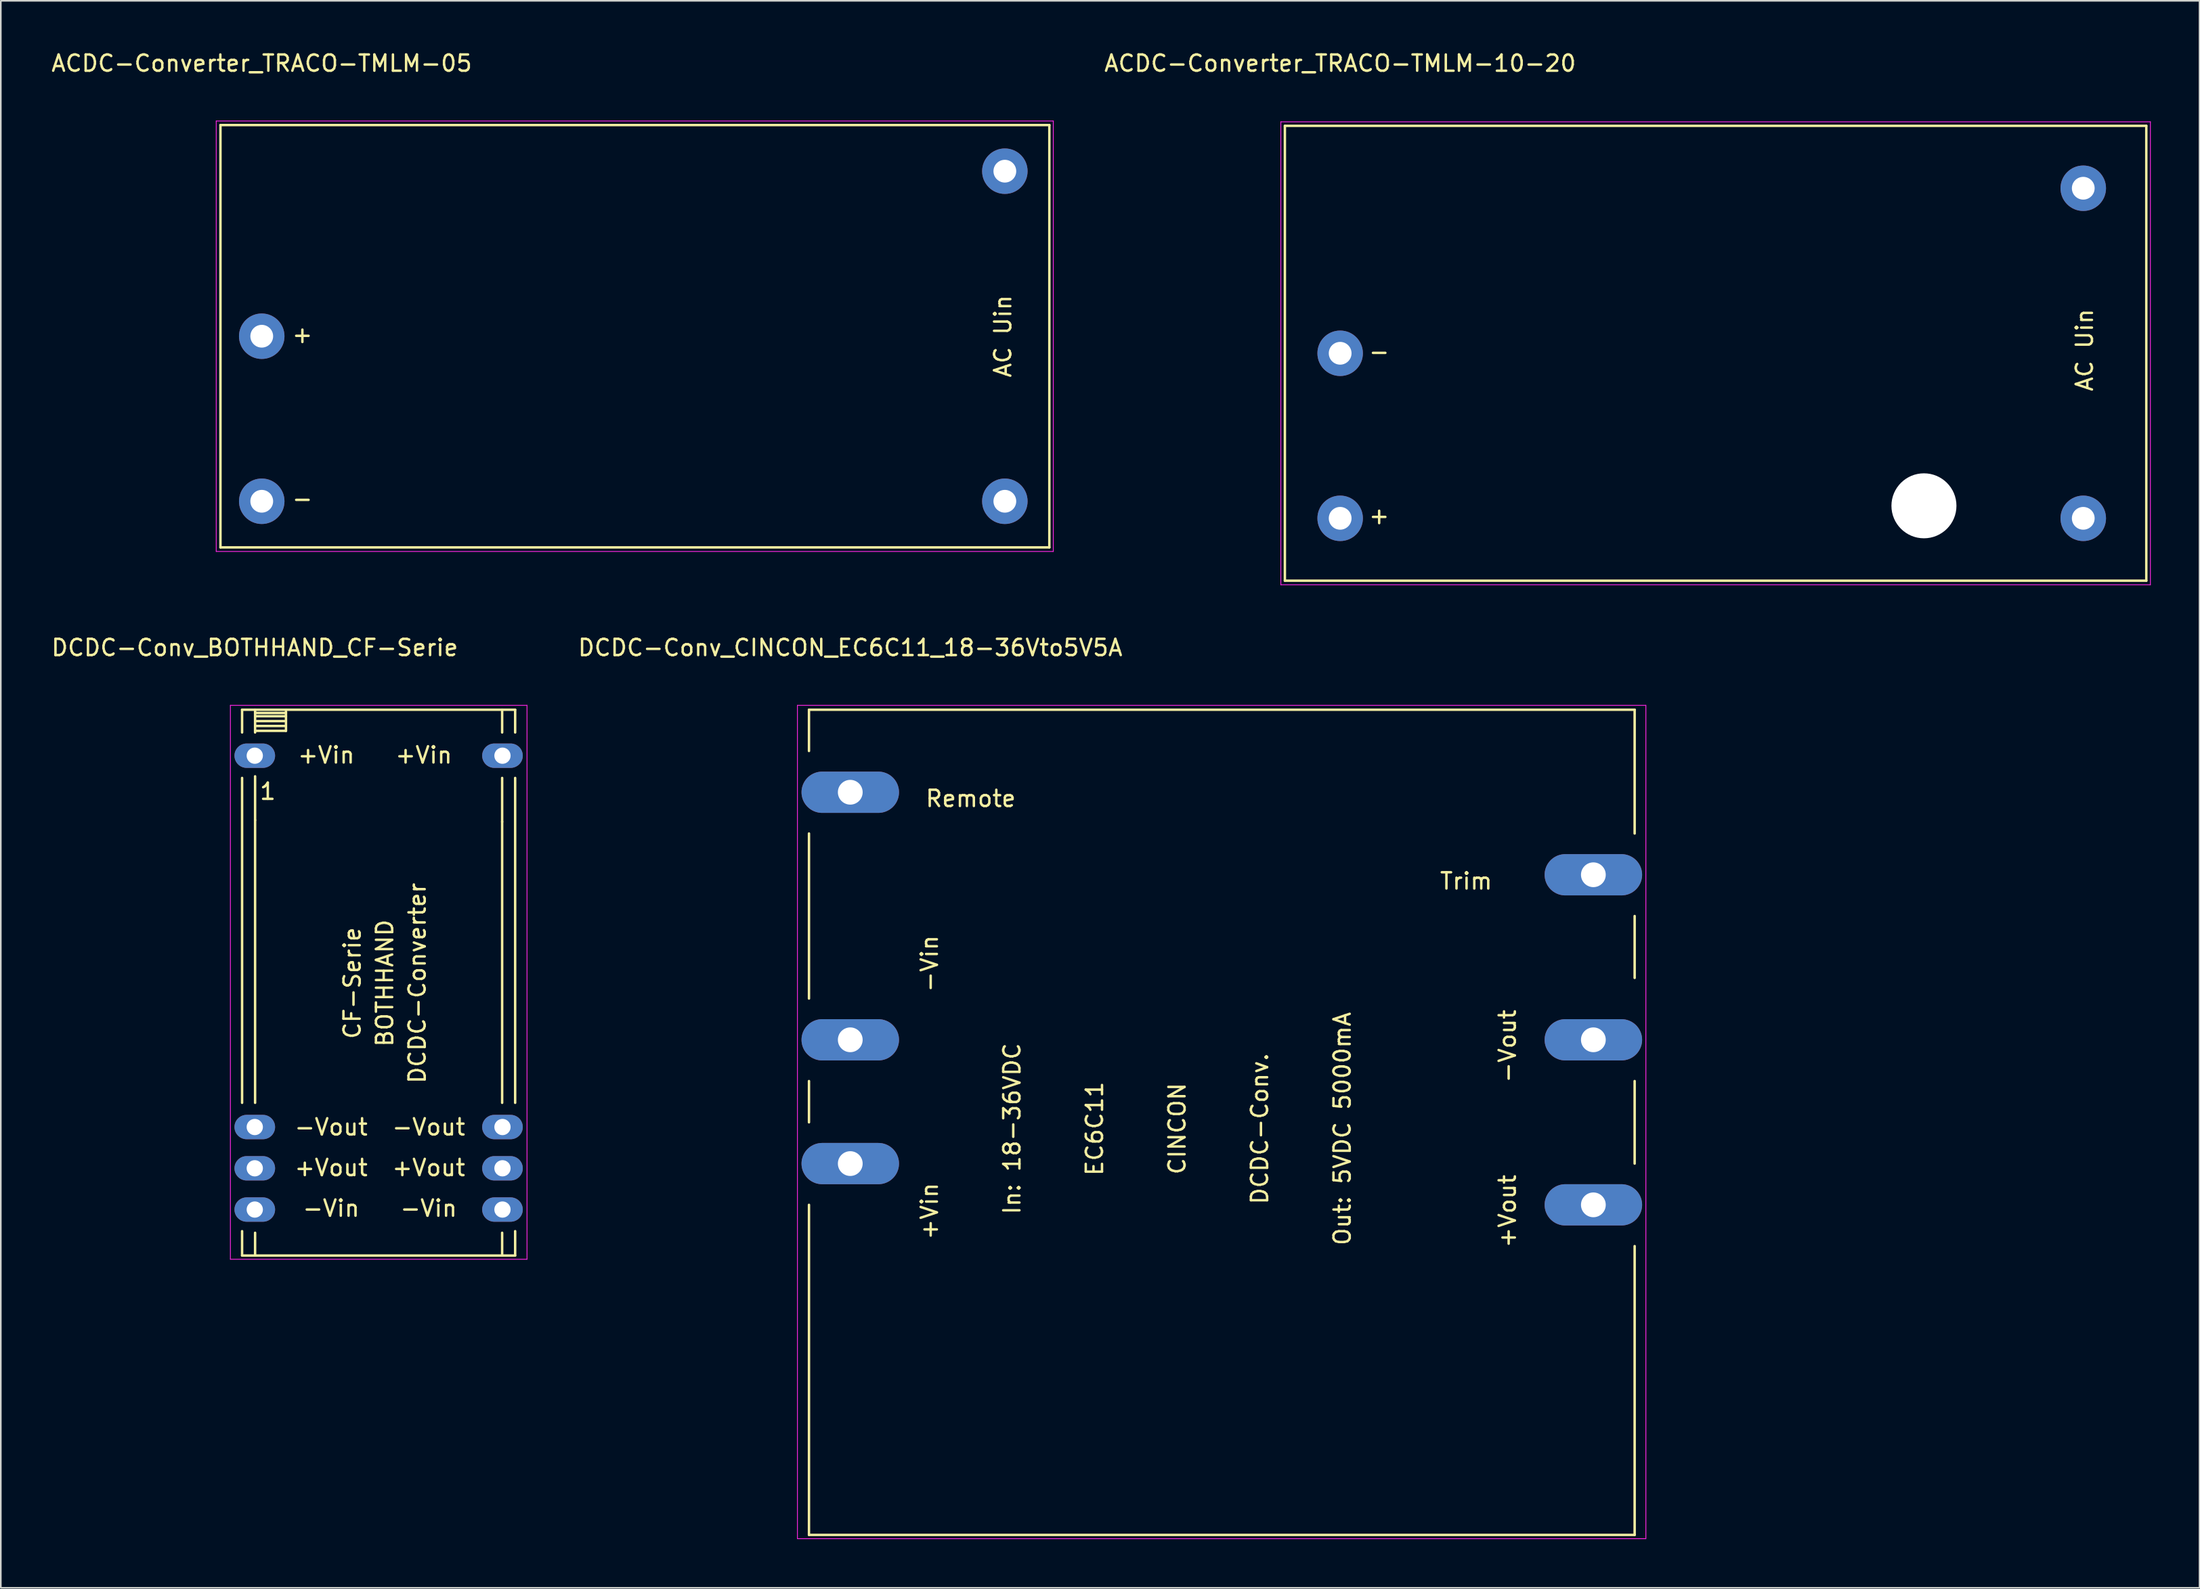
<source format=kicad_pcb>
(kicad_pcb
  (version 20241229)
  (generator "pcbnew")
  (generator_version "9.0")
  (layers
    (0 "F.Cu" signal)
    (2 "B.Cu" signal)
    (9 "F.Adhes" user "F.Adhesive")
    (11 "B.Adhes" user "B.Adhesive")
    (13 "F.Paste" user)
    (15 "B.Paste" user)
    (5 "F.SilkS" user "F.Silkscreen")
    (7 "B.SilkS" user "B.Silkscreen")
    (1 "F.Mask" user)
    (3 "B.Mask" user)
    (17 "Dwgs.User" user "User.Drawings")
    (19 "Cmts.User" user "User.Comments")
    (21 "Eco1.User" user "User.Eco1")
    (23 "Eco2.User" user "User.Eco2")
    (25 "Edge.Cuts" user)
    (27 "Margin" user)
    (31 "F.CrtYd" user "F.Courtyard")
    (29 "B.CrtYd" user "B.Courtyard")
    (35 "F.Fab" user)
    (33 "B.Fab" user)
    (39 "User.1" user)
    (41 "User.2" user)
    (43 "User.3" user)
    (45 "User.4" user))
  (footprint "DCDC-Conv_BOTHHAND_CF-Serie"
    (layer "F.Cu")
    (at 12.625 43.471)
    (property "Reference" "DCDC-Conv_BOTHHAND_CF-Serie" (at 0 -6.65 0) (layer "F.SilkS") (effects (font (size 1 1) (thickness 0.15))))
    (attr through_hole)
    (fp_line (start -0.78 -2.83) (end -0.78 -1.43) (stroke (width 0.15) (type solid)) (layer "F.SilkS"))
    (fp_line (start -0.78 21.369) (end -0.78 1.369) (stroke (width 0.15) (type solid)) (layer "F.SilkS"))
    (fp_line (start -0.78 30.77) (end -0.78 29.271) (stroke (width 0.15) (type solid)) (layer "F.SilkS"))
    (fp_line (start 0.02 -2.83) (end -0.78 -2.83) (stroke (width 0.15) (type solid)) (layer "F.SilkS"))
    (fp_line (start 0.02 -2.83) (end 0.02 -1.43) (stroke (width 0.15) (type solid)) (layer "F.SilkS"))
    (fp_line (start 0.02 3.97) (end 0.02 1.27) (stroke (width 0.15) (type solid)) (layer "F.SilkS"))
    (fp_line (start 0.02 21.369) (end 0.02 3.97) (stroke (width 0.15) (type solid)) (layer "F.SilkS"))
    (fp_line (start 0.02 30.77) (end -0.78 30.77) (stroke (width 0.15) (type solid)) (layer "F.SilkS"))
    (fp_line (start 0.02 30.77) (end 0.02 29.37) (stroke (width 0.15) (type solid)) (layer "F.SilkS"))
    (fp_line (start 0.02 30.77) (end 15.22 30.77) (stroke (width 0.15) (type solid)) (layer "F.SilkS"))
    (fp_line (start 1.821 -2.131) (end 0.119 -2.131) (stroke (width 0.15) (type solid)) (layer "F.SilkS"))
    (fp_line (start 1.821 -1.829) (end 0.119 -1.829) (stroke (width 0.15) (type solid)) (layer "F.SilkS"))
    (fp_line (start 1.92 -2.731) (end 1.92 -1.529) (stroke (width 0.15) (type solid)) (layer "F.SilkS"))
    (fp_line (start 1.92 -2.629) (end 0.02 -2.629) (stroke (width 0.15) (type solid)) (layer "F.SilkS"))
    (fp_line (start 1.92 -2.431) (end 0.02 -2.431) (stroke (width 0.15) (type solid)) (layer "F.SilkS"))
    (fp_line (start 1.92 -1.529) (end 0.02 -1.529) (stroke (width 0.15) (type solid)) (layer "F.SilkS"))
    (fp_line (start 15.22 -2.83) (end 0.02 -2.83) (stroke (width 0.15) (type solid)) (layer "F.SilkS"))
    (fp_line (start 15.22 -2.83) (end 15.22 -1.43) (stroke (width 0.15) (type solid)) (layer "F.SilkS"))
    (fp_line (start 15.22 -2.83) (end 16.02 -2.83) (stroke (width 0.15) (type solid)) (layer "F.SilkS"))
    (fp_line (start 15.22 4.069) (end 15.22 1.369) (stroke (width 0.15) (type solid)) (layer "F.SilkS"))
    (fp_line (start 15.22 4.069) (end 15.22 21.369) (stroke (width 0.15) (type solid)) (layer "F.SilkS"))
    (fp_line (start 15.22 29.37) (end 15.22 30.77) (stroke (width 0.15) (type solid)) (layer "F.SilkS"))
    (fp_line (start 15.22 30.77) (end 16.02 30.77) (stroke (width 0.15) (type solid)) (layer "F.SilkS"))
    (fp_line (start 16.02 -2.83) (end 16.02 -1.43) (stroke (width 0.15) (type solid)) (layer "F.SilkS"))
    (fp_line (start 16.02 21.369) (end 16.02 1.369) (stroke (width 0.15) (type solid)) (layer "F.SilkS"))
    (fp_line (start 16.02 30.77) (end 16.02 29.271) (stroke (width 0.15) (type solid)) (layer "F.SilkS"))
    (fp_line (start -1.5 -3.1) (end -1.5 31) (stroke (width 0.05) (type solid)) (layer "F.CrtYd"))
    (fp_line (start -1.5 -3.1) (end 16.75 -3.1) (stroke (width 0.05) (type solid)) (layer "F.CrtYd"))
    (fp_line (start -1.5 31) (end 16.75 31) (stroke (width 0.05) (type solid)) (layer "F.CrtYd"))
    (fp_line (start 16.75 -3.1) (end 16.75 31) (stroke (width 0.05) (type solid)) (layer "F.CrtYd"))
    (fp_text user "+Vout" (at 4.698 25.364 0) (layer "F.SilkS") (effects (font (size 1 1) (thickness 0.15))))
    (fp_text user "+Vout" (at 10.698 25.364 0) (layer "F.SilkS") (effects (font (size 1 1) (thickness 0.15))))
    (fp_text user "-Vout" (at 4.698 22.862 0) (layer "F.SilkS") (effects (font (size 1 1) (thickness 0.15))))
    (fp_text user "+Vin" (at 4.398 -0.038 0) (layer "F.SilkS") (effects (font (size 1 1) (thickness 0.15))))
    (fp_text user "DCDC-Converter" (at 10 14 270) (layer "F.SilkS") (effects (font (size 1 1) (thickness 0.15))))
    (fp_text user "1" (at 0.8 2.2 0) (layer "F.SilkS") (effects (font (size 1 1) (thickness 0.15))))
    (fp_text user "-Vin" (at 4.698 27.863 0) (layer "F.SilkS") (effects (font (size 1 1) (thickness 0.15))))
    (fp_text user "+Vin" (at 10.398 -0.038 0) (layer "F.SilkS") (effects (font (size 1 1) (thickness 0.15))))
    (fp_text user "-Vin" (at 10.698 27.863 0) (layer "F.SilkS") (effects (font (size 1 1) (thickness 0.15))))
    (fp_text user "-Vout" (at 10.698 22.862 0) (layer "F.SilkS") (effects (font (size 1 1) (thickness 0.15))))
    (fp_text user "BOTHHAND" (at 8 14 270) (layer "F.SilkS") (effects (font (size 1 1) (thickness 0.15))))
    (fp_text user "CF-Serie" (at 6 14 270) (layer "F.SilkS") (effects (font (size 1 1) (thickness 0.15))))
    (pad "1" thru_hole oval (at 0 0) (size 2.499 1.501) (drill 1.001) (layers "*.Cu" "*.Mask"))
    (pad "10" thru_hole oval (at 0 22.86) (size 2.499 1.501) (drill 1.001) (layers "*.Cu" "*.Mask"))
    (pad "11" thru_hole oval (at 0 25.4) (size 2.499 1.501) (drill 1.001) (layers "*.Cu" "*.Mask"))
    (pad "12" thru_hole oval (at 0 27.94) (size 2.499 1.501) (drill 1.001) (layers "*.Cu" "*.Mask"))
    (pad "13" thru_hole oval (at 15.24 27.94) (size 2.499 1.501) (drill 1.001) (layers "*.Cu" "*.Mask"))
    (pad "14" thru_hole oval (at 15.24 25.4) (size 2.499 1.501) (drill 1.001) (layers "*.Cu" "*.Mask"))
    (pad "15" thru_hole oval (at 15.24 22.86) (size 2.499 1.501) (drill 1.001) (layers "*.Cu" "*.Mask"))
    (pad "24" thru_hole oval (at 15.24 0) (size 2.499 1.501) (drill 1.001) (layers "*.Cu" "*.Mask")))
  (footprint "DCDC-Conv_CINCON_EC6C11_18-36Vto5V5A"
    (layer "F.Cu")
    (at 49.263 45.721)
    (property "Reference" "DCDC-Conv_CINCON_EC6C11_18-36Vto5V5A" (at 0 -8.9 0) (layer "F.SilkS") (effects (font (size 1 1) (thickness 0.15))))
    (attr through_hole)
    (fp_line (start -2.54 -5.08) (end 48.26 -5.08) (stroke (width 0.15) (type solid)) (layer "F.SilkS"))
    (fp_line (start -2.54 -2.54) (end -2.54 -5.08) (stroke (width 0.15) (type solid)) (layer "F.SilkS"))
    (fp_line (start -2.54 12.7) (end -2.54 2.54) (stroke (width 0.15) (type solid)) (layer "F.SilkS"))
    (fp_line (start -2.54 20.32) (end -2.54 17.78) (stroke (width 0.15) (type solid)) (layer "F.SilkS"))
    (fp_line (start -2.54 45.72) (end -2.54 25.4) (stroke (width 0.15) (type solid)) (layer "F.SilkS"))
    (fp_line (start 48.26 2.54) (end 48.26 -5.08) (stroke (width 0.15) (type solid)) (layer "F.SilkS"))
    (fp_line (start 48.26 11.43) (end 48.26 7.62) (stroke (width 0.15) (type solid)) (layer "F.SilkS"))
    (fp_line (start 48.26 22.86) (end 48.26 17.78) (stroke (width 0.15) (type solid)) (layer "F.SilkS"))
    (fp_line (start 48.26 45.72) (end -2.54 45.72) (stroke (width 0.15) (type solid)) (layer "F.SilkS"))
    (fp_line (start 48.26 45.72) (end 48.26 27.94) (stroke (width 0.15) (type solid)) (layer "F.SilkS"))
    (fp_line (start -3.25 -5.35) (end -3.25 45.95) (stroke (width 0.05) (type solid)) (layer "F.CrtYd"))
    (fp_line (start -3.25 -5.35) (end 48.95 -5.35) (stroke (width 0.05) (type solid)) (layer "F.CrtYd"))
    (fp_line (start -3.25 45.95) (end 48.95 45.95) (stroke (width 0.05) (type solid)) (layer "F.CrtYd"))
    (fp_line (start 48.95 -5.35) (end 48.95 45.95) (stroke (width 0.05) (type solid)) (layer "F.CrtYd"))
    (fp_text user "EC6C11" (at 15.034 20.711 270) (layer "F.SilkS") (effects (font (size 1 1) (thickness 0.15))))
    (fp_text user "DCDC-Conv." (at 25.194 20.711 270) (layer "F.SilkS") (effects (font (size 1 1) (thickness 0.15))))
    (fp_text user "Out: 5VDC 5000mA" (at 30.274 20.711 270) (layer "F.SilkS") (effects (font (size 1 1) (thickness 0.15))))
    (fp_text user "-Vout" (at 40.434 15.631 270) (layer "F.SilkS") (effects (font (size 1 1) (thickness 0.15))))
    (fp_text user "+Vout" (at 40.434 25.791 270) (layer "F.SilkS") (effects (font (size 1 1) (thickness 0.15))))
    (fp_text user "+Vin" (at 4.874 25.791 270) (layer "F.SilkS") (effects (font (size 1 1) (thickness 0.15))))
    (fp_text user "Remote" (at 7.414 0.391 0) (layer "F.SilkS") (effects (font (size 1 1) (thickness 0.15))))
    (fp_text user "CINCON" (at 20.114 20.711 270) (layer "F.SilkS") (effects (font (size 1 1) (thickness 0.15))))
    (fp_text user "Trim" (at 37.894 5.471 0) (layer "F.SilkS") (effects (font (size 1 1) (thickness 0.15))))
    (fp_text user "In: 18-36VDC" (at 9.954 20.711 270) (layer "F.SilkS") (effects (font (size 1 1) (thickness 0.15))))
    (fp_text user "-Vin" (at 4.874 10.551 270) (layer "F.SilkS") (effects (font (size 1 1) (thickness 0.15))))
    (pad "1" thru_hole oval (at 0 0) (size 5.999 2.54) (drill 1.524) (layers "*.Cu" "*.Mask"))
    (pad "3" thru_hole oval (at 0 15.24) (size 5.999 2.54) (drill 1.524) (layers "*.Cu" "*.Mask"))
    (pad "4" thru_hole oval (at 0 22.86) (size 5.999 2.54) (drill 1.524) (layers "*.Cu" "*.Mask"))
    (pad "5" thru_hole oval (at 45.72 5.08) (size 5.999 2.54) (drill 1.524) (layers "*.Cu" "*.Mask"))
    (pad "6" thru_hole oval (at 45.72 15.24) (size 5.999 2.54) (drill 1.524) (layers "*.Cu" "*.Mask"))
    (pad "7" thru_hole oval (at 45.72 25.4) (size 5.999 2.54) (drill 1.524) (layers "*.Cu" "*.Mask")))
  (footprint "ACDC-Converter_TRACO-TMLM-10-20"
    (layer "F.Cu")
    (at 79.404 18.698)
    (property "Reference" "ACDC-Converter_TRACO-TMLM-10-20" (at 0 -17.85 0) (layer "F.SilkS") (effects (font (size 1 1) (thickness 0.15))))
    (attr through_hole)
    (fp_line (start -3.401 -14.001) (end 49.599 -14.001) (stroke (width 0.15) (type solid)) (layer "F.SilkS"))
    (fp_line (start -3.401 14.001) (end -3.401 -14.001) (stroke (width 0.15) (type solid)) (layer "F.SilkS"))
    (fp_line (start 49.599 -14.001) (end 49.599 14.001) (stroke (width 0.15) (type solid)) (layer "F.SilkS"))
    (fp_line (start 49.599 14.001) (end -3.401 14.001) (stroke (width 0.15) (type solid)) (layer "F.SilkS"))
    (fp_line (start -3.65 -14.25) (end -3.65 14.25) (stroke (width 0.05) (type solid)) (layer "F.CrtYd"))
    (fp_line (start -3.65 -14.25) (end 49.85 -14.25) (stroke (width 0.05) (type solid)) (layer "F.CrtYd"))
    (fp_line (start -3.65 14.25) (end 49.85 14.25) (stroke (width 0.05) (type solid)) (layer "F.CrtYd"))
    (fp_line (start 49.85 -14.25) (end 49.85 14.25) (stroke (width 0.05) (type solid)) (layer "F.CrtYd"))
    (fp_text user "+" (at 2.4 10 0) (layer "F.SilkS") (effects (font (size 1 1) (thickness 0.15))))
    (fp_text user "AC Uin" (at 45.8 -0.2 90) (layer "F.SilkS") (effects (font (size 1 1) (thickness 0.15))))
    (fp_text user "-" (at 2.4 -0.1 0) (layer "F.SilkS") (effects (font (size 1 1) (thickness 0.15))))
    (pad "" np_thru_hole circle (at 35.918 9.39) (size 4 4) (drill 4) (layers "*.Cu" "*.Mask"))
    (pad "1" thru_hole circle (at 0 0) (size 2.799 2.799) (drill 1.4) (layers "*.Cu" "*.Mask"))
    (pad "2" thru_hole circle (at 0 10.16) (size 2.799 2.799) (drill 1.4) (layers "*.Cu" "*.Mask"))
    (pad "3" thru_hole circle (at 45.72 10.16) (size 2.799 2.799) (drill 1.4) (layers "*.Cu" "*.Mask"))
    (pad "4" thru_hole circle (at 45.72 -10.16) (size 2.799 2.799) (drill 1.4) (layers "*.Cu" "*.Mask")))
  (footprint "ACDC-Converter_TRACO-TMLM-05"
    (layer "F.Cu")
    (at 13.054 17.648)
    (property "Reference" "ACDC-Converter_TRACO-TMLM-05" (at 0 -16.8 0) (layer "F.SilkS") (effects (font (size 1 1) (thickness 0.15))))
    (attr through_hole)
    (fp_line (start -2.54 -13) (end 48.458 -13) (stroke (width 0.15) (type solid)) (layer "F.SilkS"))
    (fp_line (start -2.54 13) (end -2.54 -13) (stroke (width 0.15) (type solid)) (layer "F.SilkS"))
    (fp_line (start 48.458 -13) (end 48.458 13) (stroke (width 0.15) (type solid)) (layer "F.SilkS"))
    (fp_line (start 48.458 13) (end -2.54 13) (stroke (width 0.15) (type solid)) (layer "F.SilkS"))
    (fp_line (start -2.8 -13.25) (end -2.8 13.25) (stroke (width 0.05) (type solid)) (layer "F.CrtYd"))
    (fp_line (start -2.8 -13.25) (end 48.7 -13.25) (stroke (width 0.05) (type solid)) (layer "F.CrtYd"))
    (fp_line (start -2.8 13.25) (end 48.7 13.25) (stroke (width 0.05) (type solid)) (layer "F.CrtYd"))
    (fp_line (start 48.7 -13.25) (end 48.7 13.25) (stroke (width 0.05) (type solid)) (layer "F.CrtYd"))
    (fp_text user "AC Uin" (at 45.6 0 90) (layer "F.SilkS") (effects (font (size 1 1) (thickness 0.15))))
    (fp_text user "-" (at 2.5 10 0) (layer "F.SilkS") (effects (font (size 1 1) (thickness 0.15))))
    (fp_text user "+" (at 2.5 -0.1 0) (layer "F.SilkS") (effects (font (size 1 1) (thickness 0.15))))
    (pad "1" thru_hole circle (at 0 0) (size 2.799 2.799) (drill 1.4) (layers "*.Cu" "*.Mask"))
    (pad "2" thru_hole circle (at 0 10.16) (size 2.799 2.799) (drill 1.4) (layers "*.Cu" "*.Mask"))
    (pad "3" thru_hole circle (at 45.72 10.16) (size 2.799 2.799) (drill 1.4) (layers "*.Cu" "*.Mask"))
    (pad "4" thru_hole circle (at 45.72 -10.16) (size 2.799 2.799) (drill 1.4) (layers "*.Cu" "*.Mask")))
  (gr_rect
    (start -3 -3)
    (end 132.279 94.697)
    (stroke (width 0.1) (type default))
    (fill no)
    (layer "Edge.Cuts")))
</source>
